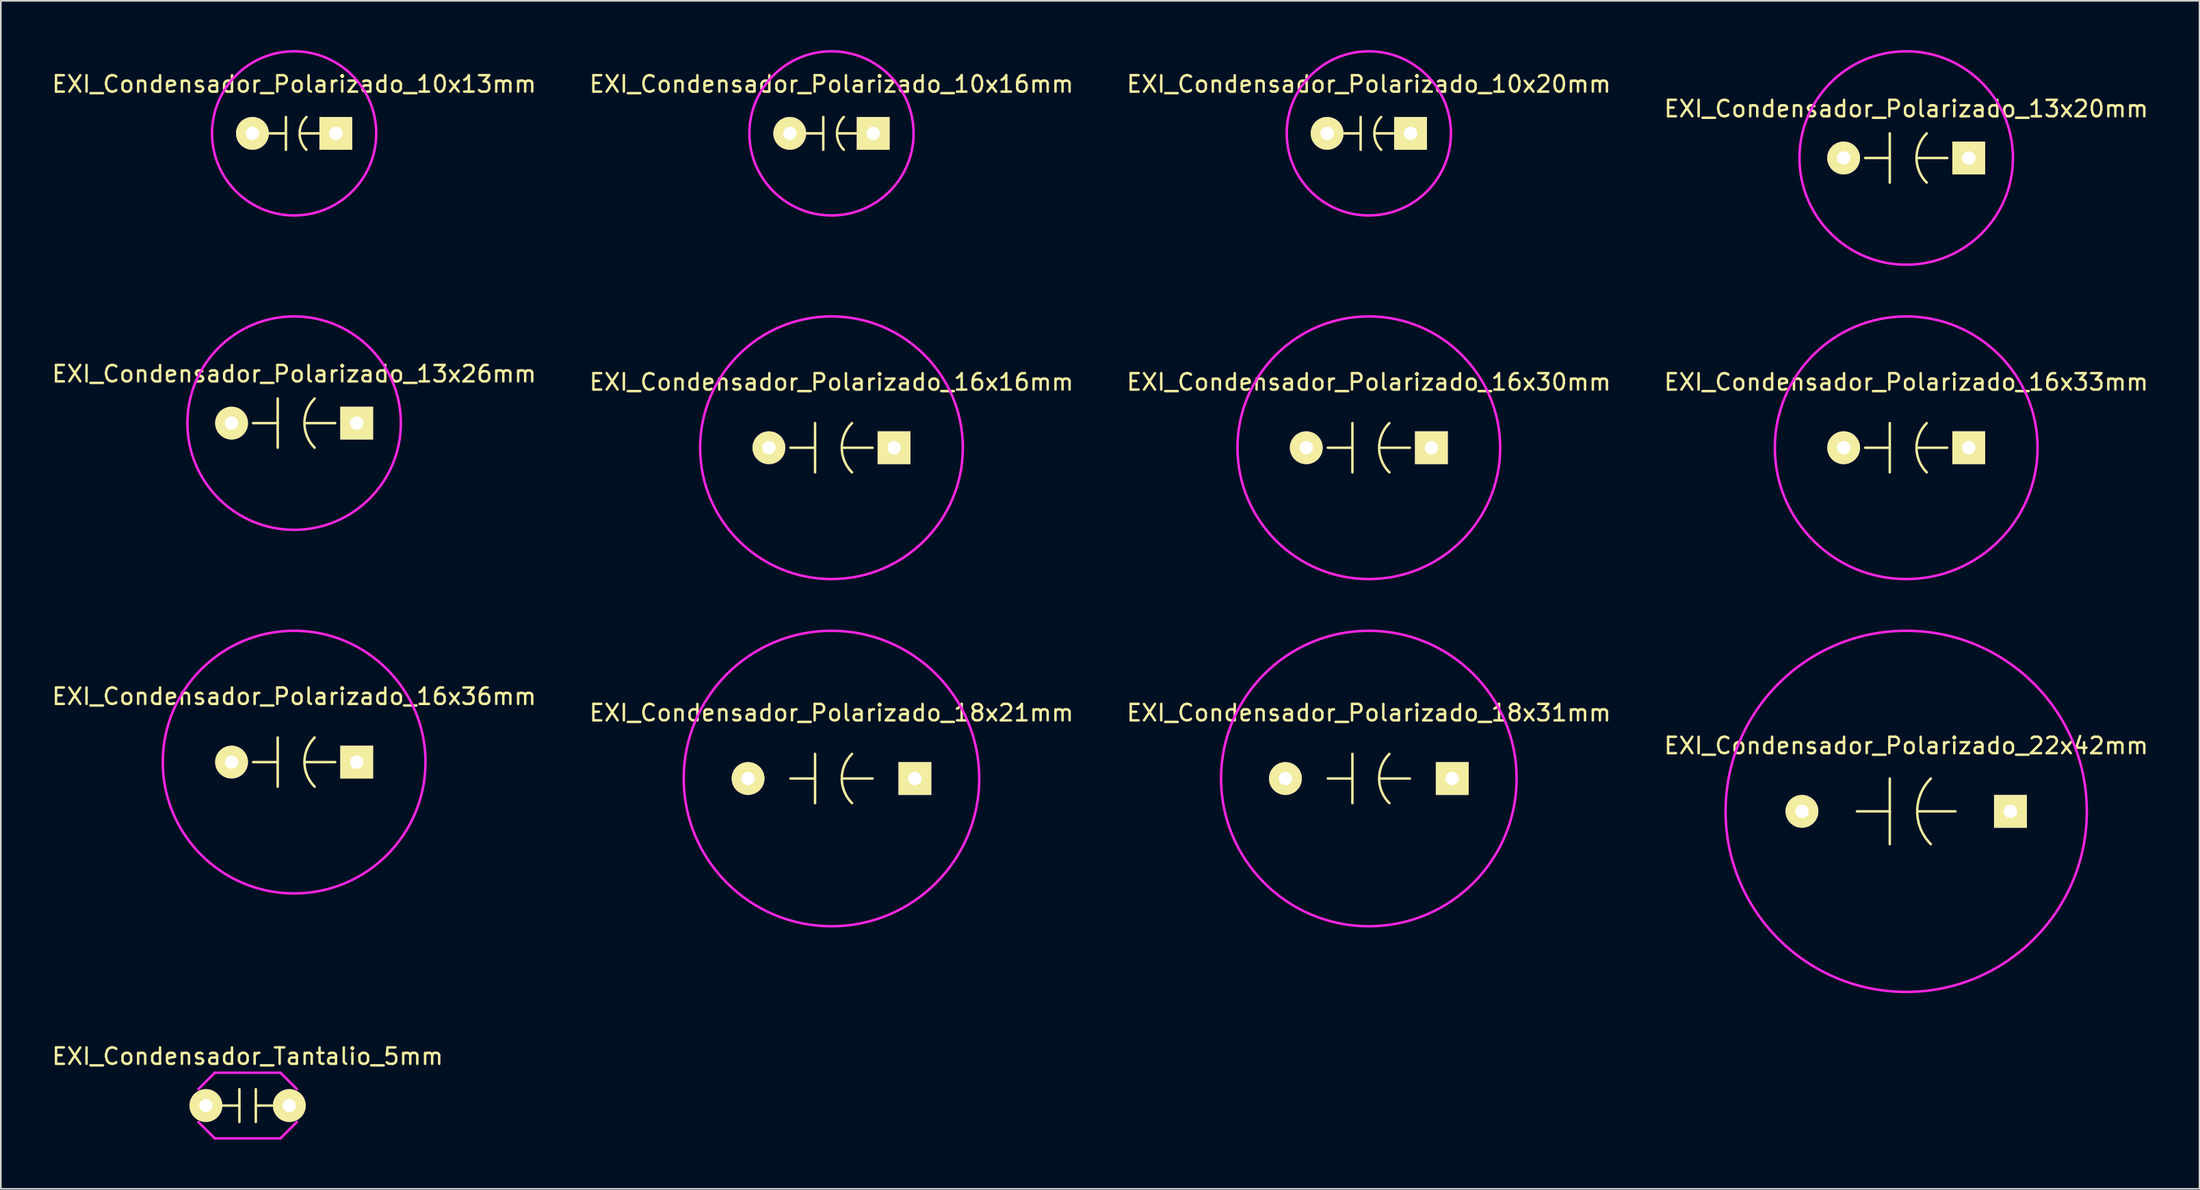
<source format=kicad_pcb>
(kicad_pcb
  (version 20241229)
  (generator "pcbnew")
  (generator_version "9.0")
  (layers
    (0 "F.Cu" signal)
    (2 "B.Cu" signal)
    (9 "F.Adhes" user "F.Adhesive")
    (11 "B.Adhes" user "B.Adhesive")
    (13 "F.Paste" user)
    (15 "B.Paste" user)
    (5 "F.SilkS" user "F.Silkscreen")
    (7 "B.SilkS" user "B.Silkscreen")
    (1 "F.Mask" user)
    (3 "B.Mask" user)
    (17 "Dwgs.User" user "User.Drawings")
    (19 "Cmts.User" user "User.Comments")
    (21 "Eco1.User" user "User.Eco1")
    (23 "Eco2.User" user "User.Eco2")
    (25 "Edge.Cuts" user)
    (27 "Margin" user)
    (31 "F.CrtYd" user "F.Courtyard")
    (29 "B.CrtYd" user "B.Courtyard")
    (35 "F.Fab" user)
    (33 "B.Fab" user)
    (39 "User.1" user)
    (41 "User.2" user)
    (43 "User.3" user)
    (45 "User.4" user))
  (footprint "EXI_Condensador_Polarizado_16x33mm"
    (layer "F.Cu")
    (at 113.042 24.225)
    (property "Reference" "EXI_Condensador_Polarizado_16x33mm" (at 0 -4 0) (layer "F.SilkS") (effects (font (size 1 1) (thickness 0.15))))
    (attr through_hole)
    (fp_line (start -1 -1.5) (end -1 1.5) (stroke (width 0.15) (type solid)) (layer "F.SilkS"))
    (fp_line (start -1 0) (end -2.5 0) (stroke (width 0.15) (type solid)) (layer "F.SilkS"))
    (fp_line (start 2.5 0) (end 0.75 0) (stroke (width 0.15) (type solid)) (layer "F.SilkS"))
    (fp_arc (start 1.25 1.5) (mid 0.62868 0) (end 1.25 -1.5) (stroke (width 0.15) (type solid)) (layer "F.SilkS"))
    (fp_circle (center 0 0) (end 8 0) (stroke (width 0.15) (type solid)) (fill no) (layer "F.CrtYd"))
    (pad "1" thru_hole circle (at -3.81 0) (size 1.999 1.999) (drill 0.813) (layers "*.Cu" "*.Mask" "F.SilkS"))
    (pad "2" thru_hole rect (at 3.81 0) (size 1.999 1.999) (drill 0.813) (layers "*.Cu" "*.Mask" "F.SilkS")))
  (footprint "EXI_Condensador_Polarizado_16x16mm"
    (layer "F.Cu")
    (at 47.589 24.225)
    (property "Reference" "EXI_Condensador_Polarizado_16x16mm" (at 0 -4 0) (layer "F.SilkS") (effects (font (size 1 1) (thickness 0.15))))
    (attr through_hole)
    (fp_line (start -1 -1.5) (end -1 1.5) (stroke (width 0.15) (type solid)) (layer "F.SilkS"))
    (fp_line (start -1 0) (end -2.5 0) (stroke (width 0.15) (type solid)) (layer "F.SilkS"))
    (fp_line (start 2.5 0) (end 0.75 0) (stroke (width 0.15) (type solid)) (layer "F.SilkS"))
    (fp_arc (start 1.25 1.5) (mid 0.62868 0) (end 1.25 -1.5) (stroke (width 0.15) (type solid)) (layer "F.SilkS"))
    (fp_circle (center 0 0) (end 8 0) (stroke (width 0.15) (type solid)) (fill no) (layer "F.CrtYd"))
    (pad "1" thru_hole circle (at -3.81 0) (size 1.999 1.999) (drill 0.813) (layers "*.Cu" "*.Mask" "F.SilkS"))
    (pad "2" thru_hole rect (at 3.81 0) (size 1.999 1.999) (drill 0.813) (layers "*.Cu" "*.Mask" "F.SilkS")))
  (footprint "EXI_Condensador_Polarizado_18x21mm"
    (layer "F.Cu")
    (at 47.589 44.375)
    (property "Reference" "EXI_Condensador_Polarizado_18x21mm" (at 0 -4 0) (layer "F.SilkS") (effects (font (size 1 1) (thickness 0.15))))
    (attr through_hole)
    (fp_line (start -1 -1.5) (end -1 1.5) (stroke (width 0.15) (type solid)) (layer "F.SilkS"))
    (fp_line (start -1 0) (end -2.5 0) (stroke (width 0.15) (type solid)) (layer "F.SilkS"))
    (fp_line (start 2.5 0) (end 0.75 0) (stroke (width 0.15) (type solid)) (layer "F.SilkS"))
    (fp_arc (start 1.25 1.5) (mid 0.62868 0) (end 1.25 -1.5) (stroke (width 0.15) (type solid)) (layer "F.SilkS"))
    (fp_circle (center 0 0) (end 9 0) (stroke (width 0.15) (type solid)) (fill no) (layer "F.CrtYd"))
    (pad "1" thru_hole circle (at -5.08 0) (size 1.999 1.999) (drill 0.813) (layers "*.Cu" "*.Mask" "F.SilkS"))
    (pad "2" thru_hole rect (at 5.08 0) (size 1.999 1.999) (drill 0.813) (layers "*.Cu" "*.Mask" "F.SilkS")))
  (footprint "EXI_Condensador_Polarizado_22x42mm"
    (layer "F.Cu")
    (at 113.042 46.375)
    (property "Reference" "EXI_Condensador_Polarizado_22x42mm" (at 0 -4 0) (layer "F.SilkS") (effects (font (size 1 1) (thickness 0.15))))
    (attr through_hole)
    (fp_line (start -1 -2) (end -1 2) (stroke (width 0.15) (type solid)) (layer "F.SilkS"))
    (fp_line (start -1 0) (end -3 0) (stroke (width 0.15) (type solid)) (layer "F.SilkS"))
    (fp_line (start 0.75 0) (end 3 0) (stroke (width 0.15) (type solid)) (layer "F.SilkS"))
    (fp_arc (start 1.5 2) (mid 0.671573 0) (end 1.5 -2) (stroke (width 0.15) (type solid)) (layer "F.SilkS"))
    (fp_circle (center 0 0) (end 11 0) (stroke (width 0.15) (type solid)) (fill no) (layer "F.CrtYd"))
    (pad "1" thru_hole circle (at -6.35 0) (size 1.999 1.999) (drill 0.813) (layers "*.Cu" "*.Mask" "F.SilkS"))
    (pad "2" thru_hole rect (at 6.35 0) (size 1.999 1.999) (drill 0.813) (layers "*.Cu" "*.Mask" "F.SilkS")))
  (footprint "EXI_Condensador_Polarizado_16x30mm"
    (layer "F.Cu")
    (at 80.315 24.225)
    (property "Reference" "EXI_Condensador_Polarizado_16x30mm" (at 0 -4 0) (layer "F.SilkS") (effects (font (size 1 1) (thickness 0.15))))
    (attr through_hole)
    (fp_line (start -1 -1.5) (end -1 1.5) (stroke (width 0.15) (type solid)) (layer "F.SilkS"))
    (fp_line (start -1 0) (end -2.5 0) (stroke (width 0.15) (type solid)) (layer "F.SilkS"))
    (fp_line (start 2.5 0) (end 0.75 0) (stroke (width 0.15) (type solid)) (layer "F.SilkS"))
    (fp_arc (start 1.25 1.5) (mid 0.62868 0) (end 1.25 -1.5) (stroke (width 0.15) (type solid)) (layer "F.SilkS"))
    (fp_circle (center 0 0) (end 8 0) (stroke (width 0.15) (type solid)) (fill no) (layer "F.CrtYd"))
    (pad "1" thru_hole circle (at -3.81 0) (size 1.999 1.999) (drill 0.813) (layers "*.Cu" "*.Mask" "F.SilkS"))
    (pad "2" thru_hole rect (at 3.81 0) (size 1.999 1.999) (drill 0.813) (layers "*.Cu" "*.Mask" "F.SilkS")))
  (footprint "EXI_Condensador_Polarizado_18x31mm"
    (layer "F.Cu")
    (at 80.315 44.375)
    (property "Reference" "EXI_Condensador_Polarizado_18x31mm" (at 0 -4 0) (layer "F.SilkS") (effects (font (size 1 1) (thickness 0.15))))
    (attr through_hole)
    (fp_line (start -1 -1.5) (end -1 1.5) (stroke (width 0.15) (type solid)) (layer "F.SilkS"))
    (fp_line (start -1 0) (end -2.5 0) (stroke (width 0.15) (type solid)) (layer "F.SilkS"))
    (fp_line (start 2.5 0) (end 0.75 0) (stroke (width 0.15) (type solid)) (layer "F.SilkS"))
    (fp_arc (start 1.25 1.5) (mid 0.62868 0) (end 1.25 -1.5) (stroke (width 0.15) (type solid)) (layer "F.SilkS"))
    (fp_circle (center 0 0) (end 9 0) (stroke (width 0.15) (type solid)) (fill no) (layer "F.CrtYd"))
    (pad "1" thru_hole circle (at -5.08 0) (size 1.999 1.999) (drill 0.813) (layers "*.Cu" "*.Mask" "F.SilkS"))
    (pad "2" thru_hole rect (at 5.08 0) (size 1.999 1.999) (drill 0.813) (layers "*.Cu" "*.Mask" "F.SilkS")))
  (footprint "EXI_Condensador_Polarizado_10x20mm"
    (layer "F.Cu")
    (at 80.315 5.075)
    (property "Reference" "EXI_Condensador_Polarizado_10x20mm" (at 0 -3 0) (layer "F.SilkS") (effects (font (size 1 1) (thickness 0.15))))
    (attr through_hole)
    (fp_line (start -0.5 -1) (end -0.5 1) (stroke (width 0.15) (type solid)) (layer "F.SilkS"))
    (fp_line (start -0.5 0) (end -1.5 0) (stroke (width 0.15) (type solid)) (layer "F.SilkS"))
    (fp_line (start 0.4 0) (end 1.5 0) (stroke (width 0.15) (type solid)) (layer "F.SilkS"))
    (fp_arc (start 0.75 1) (mid 0.335786 0) (end 0.75 -1) (stroke (width 0.15) (type solid)) (layer "F.SilkS"))
    (fp_circle (center 0 0) (end 5 0) (stroke (width 0.15) (type solid)) (fill no) (layer "F.CrtYd"))
    (pad "1" thru_hole circle (at -2.54 0) (size 1.999 1.999) (drill 0.813) (layers "*.Cu" "*.Mask" "F.SilkS"))
    (pad "2" thru_hole rect (at 2.54 0) (size 1.999 1.999) (drill 0.813) (layers "*.Cu" "*.Mask" "F.SilkS")))
  (footprint "EXI_Condensador_Polarizado_13x26mm"
    (layer "F.Cu")
    (at 14.863 22.725)
    (property "Reference" "EXI_Condensador_Polarizado_13x26mm" (at 0 -3 0) (layer "F.SilkS") (effects (font (size 1 1) (thickness 0.15))))
    (attr through_hole)
    (fp_line (start -1 -1.5) (end -1 1.5) (stroke (width 0.15) (type solid)) (layer "F.SilkS"))
    (fp_line (start -1 0) (end -2.5 0) (stroke (width 0.15) (type solid)) (layer "F.SilkS"))
    (fp_line (start 2.5 0) (end 0.75 0) (stroke (width 0.15) (type solid)) (layer "F.SilkS"))
    (fp_arc (start 1.25 1.5) (mid 0.62868 0) (end 1.25 -1.5) (stroke (width 0.15) (type solid)) (layer "F.SilkS"))
    (fp_circle (center 0 0) (end 6.5 0) (stroke (width 0.15) (type solid)) (fill no) (layer "F.CrtYd"))
    (pad "1" thru_hole circle (at -3.81 0) (size 1.999 1.999) (drill 0.813) (layers "*.Cu" "*.Mask" "F.SilkS"))
    (pad "2" thru_hole rect (at 3.81 0) (size 1.999 1.999) (drill 0.813) (layers "*.Cu" "*.Mask" "F.SilkS")))
  (footprint "EXI_Condensador_Tantalio_5mm"
    (layer "F.Cu")
    (at 12.03 64.298)
    (property "Reference" "EXI_Condensador_Tantalio_5mm" (at 0 -3 0) (layer "F.SilkS") (effects (font (size 1 1) (thickness 0.15))))
    (attr through_hole)
    (fp_line (start -0.5 -1) (end -0.5 1) (stroke (width 0.15) (type solid)) (layer "F.SilkS"))
    (fp_line (start -0.5 0) (end -1.5 0) (stroke (width 0.15) (type solid)) (layer "F.SilkS"))
    (fp_line (start 0.5 -1) (end 0.5 1) (stroke (width 0.15) (type solid)) (layer "F.SilkS"))
    (fp_line (start 0.5 0) (end 1.5 0) (stroke (width 0.15) (type solid)) (layer "F.SilkS"))
    (fp_line (start -3 -1) (end -2 -2) (stroke (width 0.15) (type solid)) (layer "F.CrtYd"))
    (fp_line (start -3 1) (end -2 2) (stroke (width 0.15) (type solid)) (layer "F.CrtYd"))
    (fp_line (start -2 -2) (end 2 -2) (stroke (width 0.15) (type solid)) (layer "F.CrtYd"))
    (fp_line (start -2 2) (end 2 2) (stroke (width 0.15) (type solid)) (layer "F.CrtYd"))
    (fp_line (start 2 -2) (end 3 -1) (stroke (width 0.15) (type solid)) (layer "F.CrtYd"))
    (fp_line (start 2 2) (end 3 1) (stroke (width 0.15) (type solid)) (layer "F.CrtYd"))
    (pad "1" thru_hole circle (at -2.54 0) (size 1.999 1.999) (drill 0.8) (layers "*.Cu" "*.Mask" "F.SilkS"))
    (pad "2" thru_hole circle (at 2.54 0) (size 1.999 1.999) (drill 0.8) (layers "*.Cu" "*.Mask" "F.SilkS")))
  (footprint "EXI_Condensador_Polarizado_10x13mm"
    (layer "F.Cu")
    (at 14.863 5.075)
    (property "Reference" "EXI_Condensador_Polarizado_10x13mm" (at 0 -3 0) (layer "F.SilkS") (effects (font (size 1 1) (thickness 0.15))))
    (attr through_hole)
    (fp_line (start -0.5 -1) (end -0.5 1) (stroke (width 0.15) (type solid)) (layer "F.SilkS"))
    (fp_line (start -0.5 0) (end -1.5 0) (stroke (width 0.15) (type solid)) (layer "F.SilkS"))
    (fp_line (start 0.4 0) (end 1.5 0) (stroke (width 0.15) (type solid)) (layer "F.SilkS"))
    (fp_arc (start 0.75 1) (mid 0.335786 0) (end 0.75 -1) (stroke (width 0.15) (type solid)) (layer "F.SilkS"))
    (fp_circle (center 0 0) (end 5 0) (stroke (width 0.15) (type solid)) (fill no) (layer "F.CrtYd"))
    (pad "1" thru_hole circle (at -2.54 0) (size 1.999 1.999) (drill 0.813) (layers "*.Cu" "*.Mask" "F.SilkS"))
    (pad "2" thru_hole rect (at 2.54 0) (size 1.999 1.999) (drill 0.813) (layers "*.Cu" "*.Mask" "F.SilkS")))
  (footprint "EXI_Condensador_Polarizado_10x16mm"
    (layer "F.Cu")
    (at 47.589 5.075)
    (property "Reference" "EXI_Condensador_Polarizado_10x16mm" (at 0 -3 0) (layer "F.SilkS") (effects (font (size 1 1) (thickness 0.15))))
    (attr through_hole)
    (fp_line (start -0.5 -1) (end -0.5 1) (stroke (width 0.15) (type solid)) (layer "F.SilkS"))
    (fp_line (start -0.5 0) (end -1.5 0) (stroke (width 0.15) (type solid)) (layer "F.SilkS"))
    (fp_line (start 0.4 0) (end 1.5 0) (stroke (width 0.15) (type solid)) (layer "F.SilkS"))
    (fp_arc (start 0.75 1) (mid 0.335786 0) (end 0.75 -1) (stroke (width 0.15) (type solid)) (layer "F.SilkS"))
    (fp_circle (center 0 0) (end 5 0) (stroke (width 0.15) (type solid)) (fill no) (layer "F.CrtYd"))
    (pad "1" thru_hole circle (at -2.54 0) (size 1.999 1.999) (drill 0.813) (layers "*.Cu" "*.Mask" "F.SilkS"))
    (pad "2" thru_hole rect (at 2.54 0) (size 1.999 1.999) (drill 0.813) (layers "*.Cu" "*.Mask" "F.SilkS")))
  (footprint "EXI_Condensador_Polarizado_13x20mm"
    (layer "F.Cu")
    (at 113.042 6.575)
    (property "Reference" "EXI_Condensador_Polarizado_13x20mm" (at 0 -3 0) (layer "F.SilkS") (effects (font (size 1 1) (thickness 0.15))))
    (attr through_hole)
    (fp_line (start -1 -1.5) (end -1 1.5) (stroke (width 0.15) (type solid)) (layer "F.SilkS"))
    (fp_line (start -1 0) (end -2.5 0) (stroke (width 0.15) (type solid)) (layer "F.SilkS"))
    (fp_line (start 2.5 0) (end 0.75 0) (stroke (width 0.15) (type solid)) (layer "F.SilkS"))
    (fp_arc (start 1.25 1.5) (mid 0.62868 0) (end 1.25 -1.5) (stroke (width 0.15) (type solid)) (layer "F.SilkS"))
    (fp_circle (center 0 0) (end 6.5 0) (stroke (width 0.15) (type solid)) (fill no) (layer "F.CrtYd"))
    (pad "1" thru_hole circle (at -3.81 0) (size 1.999 1.999) (drill 0.813) (layers "*.Cu" "*.Mask" "F.SilkS"))
    (pad "2" thru_hole rect (at 3.81 0) (size 1.999 1.999) (drill 0.813) (layers "*.Cu" "*.Mask" "F.SilkS")))
  (footprint "EXI_Condensador_Polarizado_16x36mm"
    (layer "F.Cu")
    (at 14.863 43.375)
    (property "Reference" "EXI_Condensador_Polarizado_16x36mm" (at 0 -4 0) (layer "F.SilkS") (effects (font (size 1 1) (thickness 0.15))))
    (attr through_hole)
    (fp_line (start -1 -1.5) (end -1 1.5) (stroke (width 0.15) (type solid)) (layer "F.SilkS"))
    (fp_line (start -1 0) (end -2.5 0) (stroke (width 0.15) (type solid)) (layer "F.SilkS"))
    (fp_line (start 2.5 0) (end 0.75 0) (stroke (width 0.15) (type solid)) (layer "F.SilkS"))
    (fp_arc (start 1.25 1.5) (mid 0.62868 0) (end 1.25 -1.5) (stroke (width 0.15) (type solid)) (layer "F.SilkS"))
    (fp_circle (center 0 0) (end 8 0) (stroke (width 0.15) (type solid)) (fill no) (layer "F.CrtYd"))
    (pad "1" thru_hole circle (at -3.81 0) (size 1.999 1.999) (drill 0.813) (layers "*.Cu" "*.Mask" "F.SilkS"))
    (pad "2" thru_hole rect (at 3.81 0) (size 1.999 1.999) (drill 0.813) (layers "*.Cu" "*.Mask" "F.SilkS")))
  (gr_rect
    (start -3 -3)
    (end 130.905 69.373)
    (stroke (width 0.1) (type default))
    (fill no)
    (layer "Edge.Cuts")))
</source>
